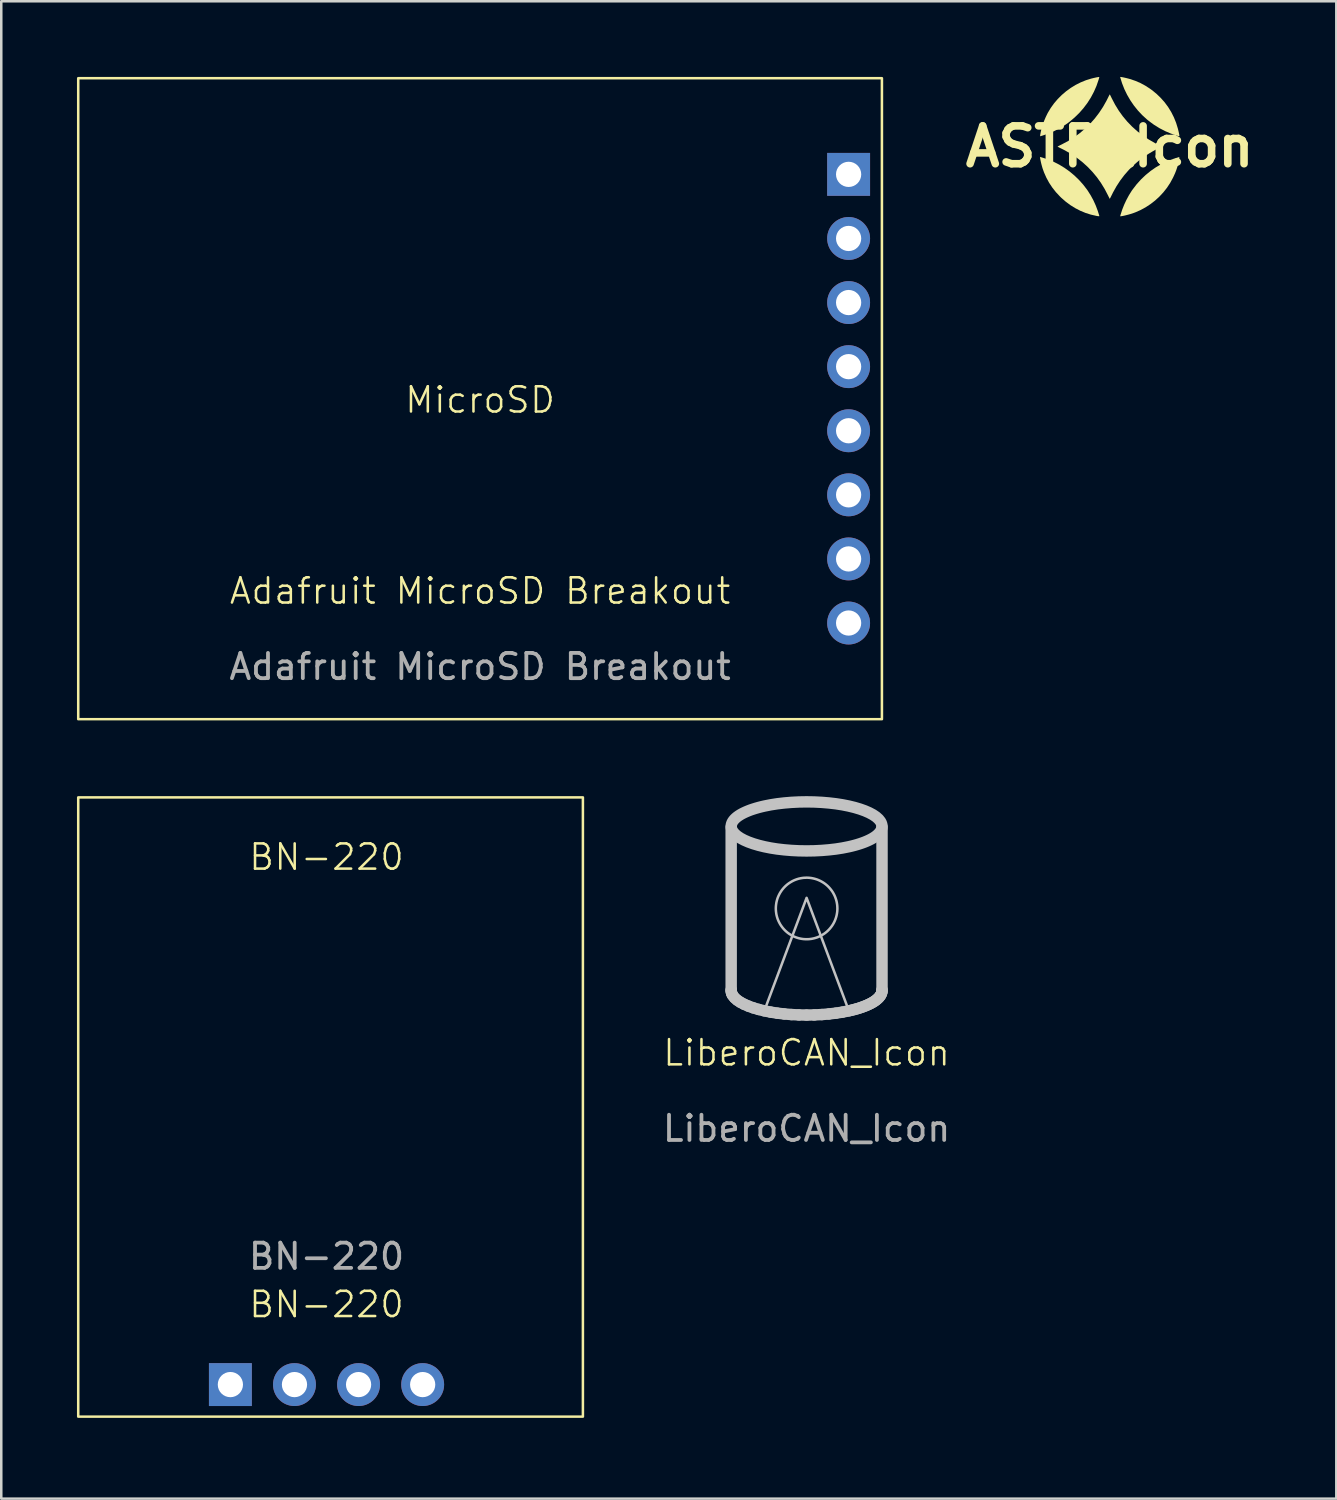
<source format=kicad_pcb>
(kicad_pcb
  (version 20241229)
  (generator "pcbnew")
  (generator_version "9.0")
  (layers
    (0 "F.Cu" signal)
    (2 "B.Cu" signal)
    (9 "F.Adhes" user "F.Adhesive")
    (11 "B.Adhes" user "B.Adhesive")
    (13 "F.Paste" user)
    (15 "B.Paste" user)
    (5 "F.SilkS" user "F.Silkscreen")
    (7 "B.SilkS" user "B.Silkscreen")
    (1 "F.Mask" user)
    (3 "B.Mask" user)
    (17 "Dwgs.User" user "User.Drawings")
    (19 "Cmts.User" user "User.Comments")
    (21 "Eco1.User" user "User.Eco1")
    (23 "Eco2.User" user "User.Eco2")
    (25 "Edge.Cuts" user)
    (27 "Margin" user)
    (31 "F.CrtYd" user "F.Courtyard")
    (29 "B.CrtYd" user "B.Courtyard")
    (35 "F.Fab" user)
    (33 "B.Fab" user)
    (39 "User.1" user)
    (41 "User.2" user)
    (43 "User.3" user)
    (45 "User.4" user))
  (footprint "LiberoCAN_Icon"
    (layer "F.Cu")
    (at 28.915 39.171)
    (property "Reference" "LiberoCAN_Icon" (at 0 -0.5 0) (unlocked yes) (layer "F.SilkS") (effects (font (size 1 1) (thickness 0.1))))
    (fp_line (start -2.989 -2.999) (end -2.989 -9.44) (stroke (width 0.453) (type solid) (color 255 255 255 1)) (layer "Dwgs.User"))
    (fp_line (start -2.987 -2.967) (end -2.989 -2.999) (stroke (width 0.453) (type default)) (layer "Dwgs.User"))
    (fp_line (start -2.984 -2.917) (end -2.987 -2.967) (stroke (width 0.453) (type solid) (color 255 255 255 1)) (layer "Dwgs.User"))
    (fp_line (start -2.972 -2.868) (end -2.984 -2.917) (stroke (width 0.453) (type solid) (color 255 255 255 1)) (layer "Dwgs.User"))
    (fp_line (start -2.953 -2.819) (end -2.972 -2.868) (stroke (width 0.453) (type solid) (color 255 255 255 1)) (layer "Dwgs.User"))
    (fp_line (start -2.927 -2.771) (end -2.953 -2.819) (stroke (width 0.453) (type solid) (color 255 255 255 1)) (layer "Dwgs.User"))
    (fp_line (start -2.853 -2.678) (end -2.927 -2.771) (stroke (width 0.453) (type solid) (color 255 255 255 1)) (layer "Dwgs.User"))
    (fp_line (start -2.753 -2.589) (end -2.853 -2.678) (stroke (width 0.453) (type solid) (color 255 255 255 1)) (layer "Dwgs.User"))
    (fp_line (start -2.627 -2.504) (end -2.753 -2.589) (stroke (width 0.453) (type solid) (color 255 255 255 1)) (layer "Dwgs.User"))
    (fp_line (start -2.477 -2.424) (end -2.627 -2.504) (stroke (width 0.453) (type solid) (color 255 255 255 1)) (layer "Dwgs.User"))
    (fp_line (start -2.305 -2.349) (end -2.477 -2.424) (stroke (width 0.453) (type solid) (color 255 255 255 1)) (layer "Dwgs.User"))
    (fp_line (start -2.112 -2.28) (end -2.305 -2.349) (stroke (width 0.453) (type solid) (color 255 255 255 1)) (layer "Dwgs.User"))
    (fp_line (start -1.9 -2.217) (end -2.112 -2.28) (stroke (width 0.453) (type solid) (color 255 255 255 1)) (layer "Dwgs.User"))
    (fp_line (start -1.67 -2.161) (end -1.9 -2.217) (stroke (width 0.453) (type solid) (color 255 255 255 1)) (layer "Dwgs.User"))
    (fp_line (start -1.424 -2.112) (end -1.67 -2.161) (stroke (width 0.453) (type solid) (color 255 255 255 1)) (layer "Dwgs.User"))
    (fp_line (start -1.163 -2.071) (end -1.424 -2.112) (stroke (width 0.453) (type solid) (color 255 255 255 1)) (layer "Dwgs.User"))
    (fp_line (start -0.888 -2.039) (end -1.163 -2.071) (stroke (width 0.453) (type solid) (color 255 255 255 1)) (layer "Dwgs.User"))
    (fp_line (start -0.602 -2.015) (end -0.888 -2.039) (stroke (width 0.453) (type solid) (color 255 255 255 1)) (layer "Dwgs.User"))
    (fp_line (start -0.305 -2) (end -0.602 -2.015) (stroke (width 0.453) (type solid) (color 255 255 255 1)) (layer "Dwgs.User"))
    (fp_line (start 0.000002 -1.995) (end -0.305 -2) (stroke (width 0.453) (type solid) (color 255 255 255 1)) (layer "Dwgs.User"))
    (fp_line (start 0.305 -2) (end 0.000002 -1.995) (stroke (width 0.453) (type solid) (color 255 255 255 1)) (layer "Dwgs.User"))
    (fp_line (start 0.602 -2.015) (end 0.305 -2) (stroke (width 0.453) (type solid) (color 255 255 255 1)) (layer "Dwgs.User"))
    (fp_line (start 0.888 -2.039) (end 0.602 -2.015) (stroke (width 0.453) (type solid) (color 255 255 255 1)) (layer "Dwgs.User"))
    (fp_line (start 1.163 -2.071) (end 0.888 -2.039) (stroke (width 0.453) (type solid) (color 255 255 255 1)) (layer "Dwgs.User"))
    (fp_line (start 1.424 -2.112) (end 1.163 -2.071) (stroke (width 0.453) (type solid) (color 255 255 255 1)) (layer "Dwgs.User"))
    (fp_line (start 1.67 -2.161) (end 1.424 -2.112) (stroke (width 0.453) (type solid) (color 255 255 255 1)) (layer "Dwgs.User"))
    (fp_line (start 1.787 -2.188) (end 1.67 -2.161) (stroke (width 0.453) (type solid) (color 255 255 255 1)) (layer "Dwgs.User"))
    (fp_line (start 1.9 -2.217) (end 1.787 -2.188) (stroke (width 0.453) (type solid) (color 255 255 255 1)) (layer "Dwgs.User"))
    (fp_line (start 2.009 -2.248) (end 1.9 -2.217) (stroke (width 0.453) (type solid) (color 255 255 255 1)) (layer "Dwgs.User"))
    (fp_line (start 2.112 -2.28) (end 2.009 -2.248) (stroke (width 0.453) (type solid) (color 255 255 255 1)) (layer "Dwgs.User"))
    (fp_line (start 2.211 -2.314) (end 2.112 -2.28) (stroke (width 0.453) (type solid) (color 255 255 255 1)) (layer "Dwgs.User"))
    (fp_line (start 2.305 -2.349) (end 2.211 -2.314) (stroke (width 0.453) (type solid) (color 255 255 255 1)) (layer "Dwgs.User"))
    (fp_line (start 2.394 -2.386) (end 2.305 -2.349) (stroke (width 0.453) (type solid) (color 255 255 255 1)) (layer "Dwgs.User"))
    (fp_line (start 2.477 -2.424) (end 2.394 -2.386) (stroke (width 0.453) (type solid) (color 255 255 255 1)) (layer "Dwgs.User"))
    (fp_line (start 2.555 -2.463) (end 2.477 -2.424) (stroke (width 0.453) (type solid) (color 255 255 255 1)) (layer "Dwgs.User"))
    (fp_line (start 2.627 -2.504) (end 2.555 -2.463) (stroke (width 0.453) (type solid) (color 255 255 255 1)) (layer "Dwgs.User"))
    (fp_line (start 2.693 -2.546) (end 2.627 -2.504) (stroke (width 0.453) (type solid) (color 255 255 255 1)) (layer "Dwgs.User"))
    (fp_line (start 2.753 -2.589) (end 2.693 -2.546) (stroke (width 0.453) (type solid) (color 255 255 255 1)) (layer "Dwgs.User"))
    (fp_line (start 2.806 -2.633) (end 2.753 -2.589) (stroke (width 0.453) (type solid) (color 255 255 255 1)) (layer "Dwgs.User"))
    (fp_line (start 2.853 -2.678) (end 2.806 -2.633) (stroke (width 0.453) (type solid) (color 255 255 255 1)) (layer "Dwgs.User"))
    (fp_line (start 2.893 -2.724) (end 2.853 -2.678) (stroke (width 0.453) (type solid) (color 255 255 255 1)) (layer "Dwgs.User"))
    (fp_line (start 2.927 -2.771) (end 2.893 -2.724) (stroke (width 0.453) (type solid) (color 255 255 255 1)) (layer "Dwgs.User"))
    (fp_line (start 2.953 -2.819) (end 2.927 -2.771) (stroke (width 0.453) (type solid) (color 255 255 255 1)) (layer "Dwgs.User"))
    (fp_line (start 2.972 -2.868) (end 2.953 -2.819) (stroke (width 0.453) (type solid) (color 255 255 255 1)) (layer "Dwgs.User"))
    (fp_line (start 2.984 -2.917) (end 2.972 -2.868) (stroke (width 0.453) (type solid) (color 255 255 255 1)) (layer "Dwgs.User"))
    (fp_line (start 2.987 -2.967) (end 2.984 -2.917) (stroke (width 0.453) (type solid) (color 255 255 255 1)) (layer "Dwgs.User"))
    (fp_line (start 2.987 -2.967) (end 2.989 -2.999) (stroke (width 0.453) (type default)) (layer "Dwgs.User"))
    (fp_line (start 2.989 -9.44) (end 2.989 -2.999) (stroke (width 0.453) (type solid) (color 255 255 255 1)) (layer "Dwgs.User"))
    (fp_poly (pts (xy 1.697 -2.105) (xy -1.697 -2.105) (xy 0 -6.64)) (stroke (width 0.1) (type solid)) (fill no) (layer "Dwgs.User"))
    (fp_poly (pts (xy 0.305 -10.439) (xy 0.602 -10.424) (xy 0.888 -10.4) (xy 1.163 -10.368) (xy 1.424 -10.327) (xy 1.67 -10.278) (xy 1.9 -10.222) (xy 2.112 -10.159) (xy 2.305 -10.09) (xy 2.477 -10.015) (xy 2.627 -9.935) (xy 2.753 -9.85) (xy 2.853 -9.761) (xy 2.927 -9.668) (xy 2.953 -9.62) (xy 2.972 -9.571) (xy 2.984 -9.522) (xy 2.987 -9.472) (xy 2.984 -9.422) (xy 2.972 -9.372) (xy 2.953 -9.323) (xy 2.927 -9.276) (xy 2.893 -9.229) (xy 2.853 -9.182) (xy 2.806 -9.137) (xy 2.753 -9.093) (xy 2.693 -9.05) (xy 2.627 -9.008) (xy 2.555 -8.967) (xy 2.477 -8.928) (xy 2.394 -8.89) (xy 2.305 -8.853) (xy 2.211 -8.818) (xy 2.112 -8.784) (xy 2.009 -8.752) (xy 1.9 -8.721) (xy 1.787 -8.692) (xy 1.67 -8.665) (xy 1.424 -8.616) (xy 1.163 -8.575) (xy 0.888 -8.543) (xy 0.602 -8.519) (xy 0.305 -8.504) (xy 0.000002 -8.499) (xy -0.305 -8.504) (xy -0.602 -8.519) (xy -0.888 -8.543) (xy -1.163 -8.575) (xy -1.424 -8.616) (xy -1.67 -8.665) (xy -1.9 -8.721) (xy -2.112 -8.784) (xy -2.305 -8.853) (xy -2.477 -8.928) (xy -2.627 -9.008) (xy -2.753 -9.093) (xy -2.853 -9.182) (xy -2.927 -9.276) (xy -2.953 -9.323) (xy -2.972 -9.372) (xy -2.984 -9.422) (xy -2.987 -9.472) (xy -2.984 -9.522) (xy -2.972 -9.571) (xy -2.953 -9.62) (xy -2.927 -9.668) (xy -2.893 -9.715) (xy -2.853 -9.761) (xy -2.806 -9.806) (xy -2.753 -9.85) (xy -2.693 -9.893) (xy -2.627 -9.935) (xy -2.555 -9.976) (xy -2.477 -10.015) (xy -2.394 -10.053) (xy -2.305 -10.09) (xy -2.211 -10.126) (xy -2.112 -10.159) (xy -2.009 -10.191) (xy -1.9 -10.222) (xy -1.787 -10.251) (xy -1.67 -10.278) (xy -1.424 -10.327) (xy -1.163 -10.368) (xy -0.888 -10.4) (xy -0.602 -10.424) (xy -0.305 -10.439) (xy 0.000002 -10.444)) (stroke (width 0.453) (type solid) (color 255 255 255 1)) (fill no) (layer "Dwgs.User"))
    (fp_poly (pts (xy 0.06 -7.438) (xy 0.121 -7.433) (xy 0.18 -7.426) (xy 0.239 -7.415) (xy 0.297 -7.402) (xy 0.355 -7.386) (xy 0.411 -7.368) (xy 0.467 -7.346) (xy 0.521 -7.322) (xy 0.574 -7.295) (xy 0.626 -7.266) (xy 0.677 -7.234) (xy 0.726 -7.2) (xy 0.773 -7.163) (xy 0.819 -7.124) (xy 0.862 -7.082) (xy 0.904 -7.038) (xy 0.943 -6.992) (xy 0.98 -6.945) (xy 1.015 -6.896) (xy 1.047 -6.846) (xy 1.076 -6.794) (xy 1.103 -6.741) (xy 1.127 -6.686) (xy 1.148 -6.631) (xy 1.167 -6.574) (xy 1.183 -6.517) (xy 1.196 -6.459) (xy 1.206 -6.4) (xy 1.214 -6.34) (xy 1.218 -6.28) (xy 1.22 -6.22) (xy 1.22 -6.22) (xy 1.218 -6.159) (xy 1.214 -6.099) (xy 1.206 -6.039) (xy 1.196 -5.98) (xy 1.183 -5.922) (xy 1.167 -5.865) (xy 1.148 -5.808) (xy 1.127 -5.753) (xy 1.103 -5.698) (xy 1.076 -5.645) (xy 1.047 -5.593) (xy 1.015 -5.543) (xy 0.98 -5.494) (xy 0.943 -5.447) (xy 0.904 -5.401) (xy 0.862 -5.357) (xy 0.819 -5.315) (xy 0.773 -5.276) (xy 0.726 -5.239) (xy 0.677 -5.205) (xy 0.626 -5.173) (xy 0.574 -5.144) (xy 0.521 -5.117) (xy 0.467 -5.093) (xy 0.411 -5.071) (xy 0.355 -5.053) (xy 0.297 -5.037) (xy 0.239 -5.024) (xy 0.18 -5.013) (xy 0.121 -5.006) (xy 0.06 -5.001) (xy 0 -5) (xy -0.063 -5.002) (xy -0.125 -5.006) (xy -0.186 -5.014) (xy -0.246 -5.025) (xy -0.305 -5.038) (xy -0.363 -5.055) (xy -0.419 -5.074) (xy -0.475 -5.096) (xy -0.529 -5.12) (xy -0.581 -5.147) (xy -0.632 -5.177) (xy -0.682 -5.208) (xy -0.73 -5.242) (xy -0.776 -5.278) (xy -0.82 -5.317) (xy -0.862 -5.357) (xy -0.903 -5.4) (xy -0.941 -5.444) (xy -0.977 -5.49) (xy -1.011 -5.538) (xy -1.043 -5.587) (xy -1.072 -5.638) (xy -1.099 -5.691) (xy -1.124 -5.745) (xy -1.146 -5.8) (xy -1.165 -5.857) (xy -1.181 -5.915) (xy -1.195 -5.974) (xy -1.205 -6.034) (xy -1.213 -6.095) (xy -1.218 -6.157) (xy -1.22 -6.22) (xy -1.218 -6.282) (xy -1.213 -6.344) (xy -1.205 -6.405) (xy -1.195 -6.465) (xy -1.181 -6.524) (xy -1.165 -6.582) (xy -1.146 -6.639) (xy -1.124 -6.694) (xy -1.099 -6.748) (xy -1.072 -6.801) (xy -1.043 -6.852) (xy -1.011 -6.901) (xy -0.977 -6.949) (xy -0.941 -6.995) (xy -0.903 -7.039) (xy -0.862 -7.082) (xy -0.82 -7.122) (xy -0.776 -7.161) (xy -0.73 -7.197) (xy -0.682 -7.231) (xy -0.632 -7.262) (xy -0.581 -7.292) (xy -0.529 -7.319) (xy -0.475 -7.343) (xy -0.419 -7.365) (xy -0.363 -7.384) (xy -0.305 -7.401) (xy -0.246 -7.414) (xy -0.186 -7.425) (xy -0.125 -7.433) (xy -0.063 -7.437) (xy 0 -7.439)) (stroke (width 0.1) (type solid)) (fill no) (layer "Dwgs.User"))
    (fp_text user "${REFERENCE}" (at 0 2.5 0) (unlocked yes) (layer "F.Fab") (effects (font (size 1 1) (thickness 0.15)))))
  (footprint "ASTRAIcon"
    (layer "F.Cu")
    (at 40.929 2.76)
    (property "Reference" "ASTRAIcon" (at 0 0 0) (layer "F.SilkS") (effects (font (size 1.5 1.5) (thickness 0.3))))
    (attr board_only exclude_from_pos_files exclude_from_bom)
    (fp_poly (pts (xy 0.433 -2.76) (xy 0.457 -2.757) (xy 0.497 -2.751) (xy 0.547 -2.741) (xy 0.605 -2.728) (xy 0.666 -2.714) (xy 0.725 -2.699) (xy 0.779 -2.684) (xy 0.795 -2.68) (xy 1.009 -2.608) (xy 1.212 -2.521) (xy 1.407 -2.416) (xy 1.597 -2.293) (xy 1.665 -2.244) (xy 1.851 -2.093) (xy 2.021 -1.929) (xy 2.176 -1.754) (xy 2.314 -1.567) (xy 2.436 -1.369) (xy 2.541 -1.161) (xy 2.629 -0.943) (xy 2.699 -0.715) (xy 2.729 -0.592) (xy 2.743 -0.526) (xy 2.753 -0.477) (xy 2.758 -0.443) (xy 2.759 -0.422) (xy 2.757 -0.412) (xy 2.752 -0.411) (xy 2.74 -0.413) (xy 2.713 -0.421) (xy 2.677 -0.431) (xy 2.663 -0.435) (xy 2.424 -0.516) (xy 2.191 -0.616) (xy 1.967 -0.732) (xy 1.752 -0.866) (xy 1.549 -1.015) (xy 1.471 -1.079) (xy 1.285 -1.249) (xy 1.113 -1.433) (xy 0.956 -1.629) (xy 0.814 -1.836) (xy 0.688 -2.053) (xy 0.579 -2.277) (xy 0.488 -2.509) (xy 0.432 -2.688) (xy 0.412 -2.76)) (stroke (width 0) (type solid)) (fill yes) (layer "F.SilkS"))
    (fp_poly (pts (xy 2.755 0.419) (xy 2.758 0.431) (xy 2.757 0.453) (xy 2.751 0.489) (xy 2.74 0.54) (xy 2.734 0.569) (xy 2.705 0.701) (xy 2.672 0.823) (xy 2.633 0.94) (xy 2.586 1.059) (xy 2.529 1.184) (xy 2.505 1.235) (xy 2.395 1.437) (xy 2.268 1.63) (xy 2.125 1.811) (xy 1.968 1.98) (xy 1.798 2.136) (xy 1.616 2.277) (xy 1.423 2.404) (xy 1.221 2.514) (xy 1.009 2.607) (xy 0.925 2.638) (xy 0.866 2.658) (xy 0.799 2.678) (xy 0.728 2.698) (xy 0.656 2.716) (xy 0.588 2.733) (xy 0.527 2.746) (xy 0.476 2.755) (xy 0.44 2.76) (xy 0.433 2.76) (xy 0.412 2.76) (xy 0.432 2.688) (xy 0.494 2.496) (xy 0.571 2.302) (xy 0.661 2.11) (xy 0.761 1.925) (xy 0.869 1.752) (xy 0.906 1.7) (xy 1.065 1.493) (xy 1.238 1.301) (xy 1.423 1.125) (xy 1.62 0.964) (xy 1.829 0.819) (xy 2.049 0.691) (xy 2.279 0.58) (xy 2.52 0.486) (xy 2.708 0.426) (xy 2.73 0.42) (xy 2.745 0.417)) (stroke (width 0) (type solid)) (fill yes) (layer "F.SilkS"))
    (fp_poly (pts (xy -2.745 0.413) (xy -2.717 0.422) (xy -2.677 0.434) (xy -2.63 0.449) (xy -2.58 0.465) (xy -2.53 0.481) (xy -2.484 0.497) (xy -2.447 0.51) (xy -2.44 0.513) (xy -2.217 0.605) (xy -1.999 0.716) (xy -1.789 0.845) (xy -1.588 0.989) (xy -1.398 1.148) (xy -1.219 1.321) (xy -1.053 1.507) (xy -0.902 1.704) (xy -0.87 1.75) (xy -0.753 1.936) (xy -0.649 2.128) (xy -0.557 2.33) (xy -0.476 2.545) (xy -0.414 2.743) (xy -0.413 2.752) (xy -0.419 2.757) (xy -0.435 2.759) (xy -0.464 2.756) (xy -0.509 2.749) (xy -0.535 2.744) (xy -0.75 2.695) (xy -0.961 2.628) (xy -1.168 2.542) (xy -1.369 2.438) (xy -1.562 2.318) (xy -1.746 2.181) (xy -1.92 2.029) (xy -1.97 1.98) (xy -2.133 1.806) (xy -2.277 1.623) (xy -2.403 1.433) (xy -2.512 1.233) (xy -2.605 1.023) (xy -2.661 0.867) (xy -2.677 0.813) (xy -2.694 0.752) (xy -2.711 0.689) (xy -2.726 0.626) (xy -2.739 0.566) (xy -2.75 0.511) (xy -2.758 0.466) (xy -2.762 0.432) (xy -2.761 0.413) (xy -2.759 0.41)) (stroke (width 0) (type solid)) (fill yes) (layer "F.SilkS"))
    (fp_poly (pts (xy -0.415 -2.758) (xy -0.416 -2.747) (xy -0.422 -2.722) (xy -0.432 -2.685) (xy -0.444 -2.645) (xy -0.527 -2.403) (xy -0.629 -2.171) (xy -0.748 -1.947) (xy -0.884 -1.733) (xy -1.037 -1.53) (xy -1.205 -1.337) (xy -1.39 -1.157) (xy -1.59 -0.988) (xy -1.647 -0.944) (xy -1.776 -0.854) (xy -1.92 -0.765) (xy -2.073 -0.68) (xy -2.23 -0.602) (xy -2.29 -0.574) (xy -2.323 -0.561) (xy -2.368 -0.544) (xy -2.421 -0.524) (xy -2.479 -0.502) (xy -2.539 -0.481) (xy -2.597 -0.46) (xy -2.651 -0.442) (xy -2.697 -0.427) (xy -2.732 -0.416) (xy -2.752 -0.41) (xy -2.755 -0.41) (xy -2.758 -0.419) (xy -2.758 -0.442) (xy -2.756 -0.463) (xy -2.733 -0.592) (xy -2.699 -0.732) (xy -2.654 -0.878) (xy -2.599 -1.026) (xy -2.537 -1.172) (xy -2.469 -1.312) (xy -2.457 -1.335) (xy -2.341 -1.529) (xy -2.209 -1.713) (xy -2.062 -1.885) (xy -1.902 -2.046) (xy -1.729 -2.193) (xy -1.545 -2.327) (xy -1.352 -2.445) (xy -1.151 -2.546) (xy -0.943 -2.631) (xy -0.729 -2.697) (xy -0.704 -2.703) (xy -0.638 -2.719) (xy -0.575 -2.733) (xy -0.519 -2.745) (xy -0.472 -2.753) (xy -0.437 -2.758) (xy -0.418 -2.759)) (stroke (width 0) (type solid)) (fill yes) (layer "F.SilkS"))
    (fp_poly (pts (xy 0.006 -2.061) (xy 0.019 -2.037) (xy 0.037 -2.001) (xy 0.059 -1.956) (xy 0.08 -1.913) (xy 0.211 -1.663) (xy 0.356 -1.426) (xy 0.517 -1.202) (xy 0.693 -0.991) (xy 0.884 -0.794) (xy 1.089 -0.61) (xy 1.309 -0.439) (xy 1.544 -0.282) (xy 1.793 -0.139) (xy 1.984 -0.043) (xy 2.074 -0.001) (xy 1.959 0.053) (xy 1.824 0.12) (xy 1.683 0.199) (xy 1.539 0.285) (xy 1.4 0.375) (xy 1.27 0.466) (xy 1.17 0.542) (xy 0.958 0.724) (xy 0.761 0.918) (xy 0.58 1.125) (xy 0.414 1.345) (xy 0.262 1.578) (xy 0.125 1.824) (xy 0.092 1.892) (xy 0.065 1.946) (xy 0.041 1.994) (xy 0.021 2.032) (xy 0.007 2.058) (xy 0.000343 2.069) (xy 0 2.069) (xy -0.006 2.061) (xy -0.018 2.037) (xy -0.036 2.002) (xy -0.058 1.958) (xy -0.07 1.933) (xy -0.201 1.681) (xy -0.347 1.442) (xy -0.508 1.216) (xy -0.684 1.004) (xy -0.874 0.805) (xy -1.078 0.62) (xy -1.296 0.449) (xy -1.527 0.293) (xy -1.771 0.153) (xy -1.892 0.091) (xy -1.946 0.065) (xy -1.994 0.041) (xy -2.032 0.021) (xy -2.058 0.007) (xy -2.069 0.000334) (xy -2.069 0) (xy -2.061 -0.006) (xy -2.037 -0.019) (xy -2.001 -0.038) (xy -1.955 -0.061) (xy -1.903 -0.087) (xy -1.902 -0.087) (xy -1.651 -0.221) (xy -1.413 -0.37) (xy -1.187 -0.535) (xy -0.976 -0.714) (xy -0.778 -0.907) (xy -0.594 -1.114) (xy -0.425 -1.335) (xy -0.27 -1.569) (xy -0.131 -1.815) (xy -0.087 -1.902) (xy -0.061 -1.955) (xy -0.038 -2.001) (xy -0.019 -2.037) (xy -0.006 -2.061) (xy -0.000015 -2.069) (xy 0 -2.069)) (stroke (width 0) (type solid)) (fill yes) (layer "F.SilkS")))
  (footprint "BN-220"
    (layer "F.Cu")
    (at 9.89 53.09)
    (property "Reference" "BN-220" (at 0 -4.445 0) (unlocked yes) (layer "F.SilkS") (effects (font (size 1 1) (thickness 0.1))))
    (attr through_hole)
    (fp_rect (start -9.84 -24.54) (end 10.16 0) (stroke (width 0.1) (type default)) (fill no) (layer "F.SilkS"))
    (fp_text user "BN-220" (at 0 -21.59 0) (unlocked yes) (layer "F.SilkS") (effects (font (size 1 1) (thickness 0.1)) (justify bottom)))
    (fp_text user "${REFERENCE}" (at 0 -6.35 0) (unlocked yes) (layer "F.Fab") (effects (font (size 1 1) (thickness 0.15))))
    (pad "1" thru_hole rect (at -3.81 -1.27 90) (size 1.7 1.7) (drill 1) (layers "*.Cu" "*.Mask"))
    (pad "2" thru_hole oval (at -1.27 -1.27 90) (size 1.7 1.7) (drill 1) (layers "*.Cu" "*.Mask"))
    (pad "3" thru_hole oval (at 1.27 -1.27 90) (size 1.7 1.7) (drill 1) (layers "*.Cu" "*.Mask"))
    (pad "4" thru_hole oval (at 3.81 -1.27 90) (size 1.7 1.7) (drill 1) (layers "*.Cu" "*.Mask")))
  (footprint "Adafruit MicroSD Breakout"
    (layer "F.Cu")
    (at 15.975 12.75)
    (property "Reference" "Adafruit MicroSD Breakout" (at 0 7.62 0) (unlocked yes) (layer "F.SilkS") (effects (font (size 1 1) (thickness 0.1))))
    (attr through_hole)
    (fp_rect (start -15.925 -12.7) (end 15.925 12.7) (stroke (width 0.1) (type default)) (fill no) (layer "F.SilkS"))
    (fp_text user "MicroSD" (at 0 0.635 0) (unlocked yes) (layer "F.SilkS") (effects (font (size 1 1) (thickness 0.1)) (justify bottom)))
    (fp_text user "${REFERENCE}" (at 0 10.62 0) (unlocked yes) (layer "F.Fab") (effects (font (size 1 1) (thickness 0.15))))
    (pad "1" thru_hole rect (at 14.605 -8.89) (size 1.7 1.7) (drill 1) (layers "*.Cu" "*.Mask"))
    (pad "2" thru_hole oval (at 14.605 -6.35) (size 1.7 1.7) (drill 1) (layers "*.Cu" "*.Mask"))
    (pad "3" thru_hole oval (at 14.605 -3.81) (size 1.7 1.7) (drill 1) (layers "*.Cu" "*.Mask"))
    (pad "4" thru_hole oval (at 14.605 -1.27) (size 1.7 1.7) (drill 1) (layers "*.Cu" "*.Mask"))
    (pad "5" thru_hole oval (at 14.605 1.27) (size 1.7 1.7) (drill 1) (layers "*.Cu" "*.Mask"))
    (pad "6" thru_hole oval (at 14.605 3.81) (size 1.7 1.7) (drill 1) (layers "*.Cu" "*.Mask"))
    (pad "7" thru_hole oval (at 14.605 6.35) (size 1.7 1.7) (drill 1) (layers "*.Cu" "*.Mask"))
    (pad "8" thru_hole oval (at 14.605 8.89) (size 1.7 1.7) (drill 1) (layers "*.Cu" "*.Mask")))
  (gr_rect
    (start -3 -3)
    (end 49.907 56.34)
    (stroke (width 0.1) (type default))
    (fill no)
    (layer "Edge.Cuts")))
</source>
